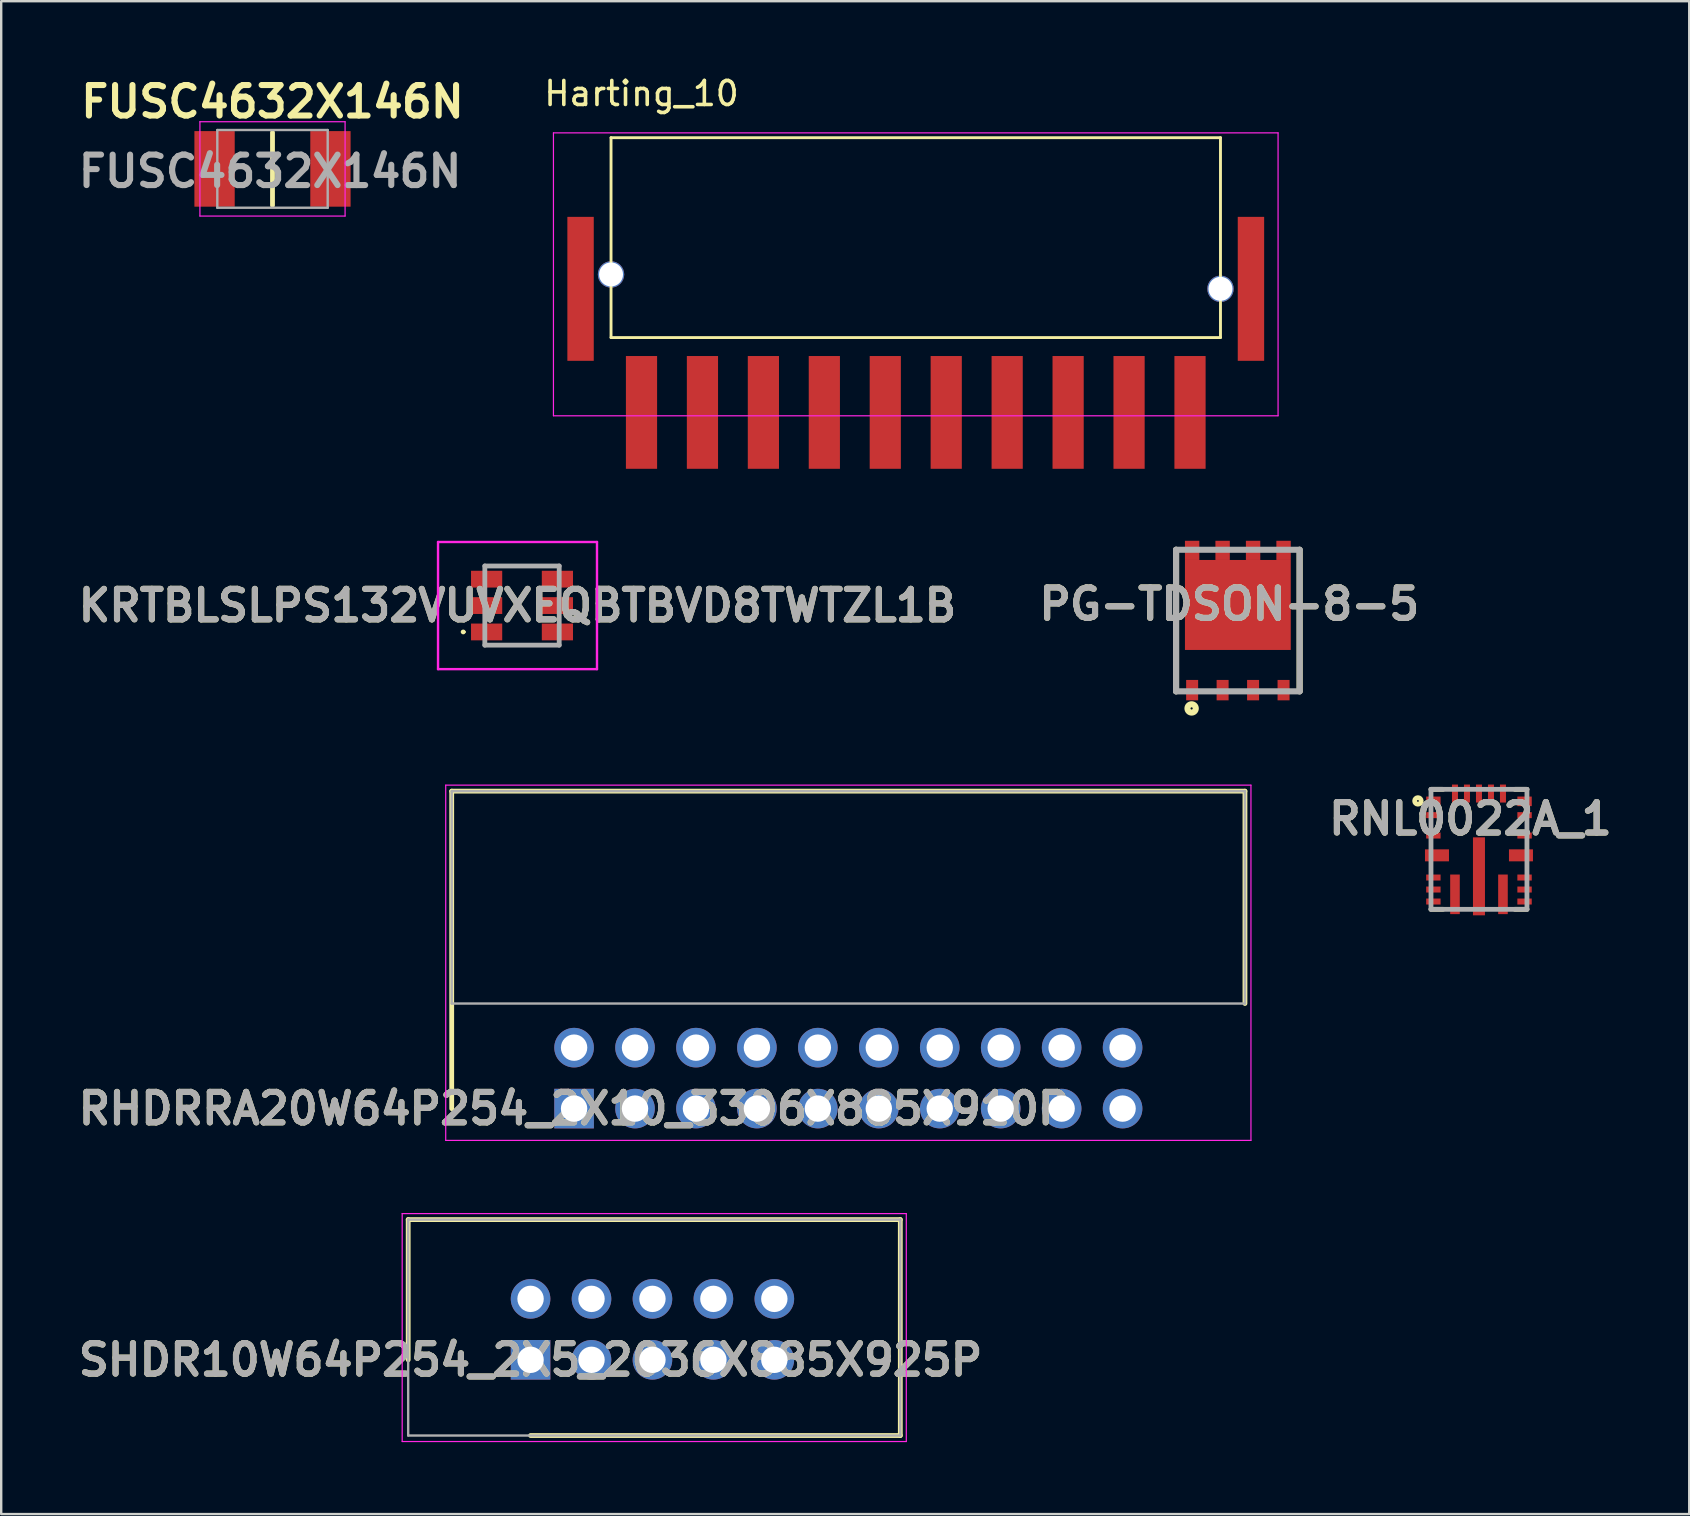
<source format=kicad_pcb>
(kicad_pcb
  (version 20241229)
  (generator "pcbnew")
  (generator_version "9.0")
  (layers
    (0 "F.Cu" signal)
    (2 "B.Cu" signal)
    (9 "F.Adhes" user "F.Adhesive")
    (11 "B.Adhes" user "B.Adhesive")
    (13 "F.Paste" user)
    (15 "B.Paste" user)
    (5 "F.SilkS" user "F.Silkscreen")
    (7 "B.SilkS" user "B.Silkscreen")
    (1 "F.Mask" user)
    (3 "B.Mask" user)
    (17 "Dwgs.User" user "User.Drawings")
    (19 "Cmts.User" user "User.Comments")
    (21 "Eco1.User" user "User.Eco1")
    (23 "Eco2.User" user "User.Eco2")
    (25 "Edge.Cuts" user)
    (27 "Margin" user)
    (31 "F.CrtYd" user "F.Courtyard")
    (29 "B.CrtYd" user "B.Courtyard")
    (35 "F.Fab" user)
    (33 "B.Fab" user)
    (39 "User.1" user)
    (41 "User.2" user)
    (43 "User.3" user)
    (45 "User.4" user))
  (footprint "RNL0022A_1"
    (layer "F.Cu")
    (at 58.589 32.348)
    (property "Reference" "RNL0022A_1" (at -0.357 -1.275 0) (layer "F.SilkS") (effects (font (size 1.27 1.27) (thickness 0.254))))
    (attr smd)
    (fp_line (start -2 -2.5) (end -1.5 -2.5) (stroke (width 0.2) (type solid)) (layer "F.SilkS"))
    (fp_line (start -2 2.5) (end -1.5 2.5) (stroke (width 0.2) (type solid)) (layer "F.SilkS"))
    (fp_line (start 2 -2.5) (end 1.5 -2.5) (stroke (width 0.2) (type solid)) (layer "F.SilkS"))
    (fp_line (start 2 2.5) (end 1.5 2.5) (stroke (width 0.2) (type solid)) (layer "F.SilkS"))
    (fp_circle (center -2.544 -2.018) (end -2.544 -1.981) (stroke (width 0.2) (type solid)) (fill no) (layer "F.SilkS"))
    (fp_line (start -2 -2.5) (end 2 -2.5) (stroke (width 0.2) (type solid)) (layer "F.Fab"))
    (fp_line (start -2 2.5) (end -2 -2.5) (stroke (width 0.2) (type solid)) (layer "F.Fab"))
    (fp_line (start 2 -2.5) (end 2 2.5) (stroke (width 0.2) (type solid)) (layer "F.Fab"))
    (fp_line (start 2 2.5) (end -2 2.5) (stroke (width 0.2) (type solid)) (layer "F.Fab"))
    (fp_text user "${REFERENCE}" (at -0.357 -1.275 0) (layer "F.Fab") (effects (font (size 1.27 1.27) (thickness 0.254))))
    (pad "1" smd rect (at -1.9 -2 90) (size 0.4 0.6) (layers "F.Cu" "F.Mask" "F.Paste"))
    (pad "3" smd rect (at -1.9 -0.575 90) (size 0.25 0.6) (layers "F.Cu" "F.Mask" "F.Paste"))
    (pad "4" smd rect (at -1.75 0.25 90) (size 0.5 1) (layers "F.Cu" "F.Mask" "F.Paste"))
    (pad "5" smd rect (at -1.9 1.175 90) (size 0.25 0.6) (layers "F.Cu" "F.Mask" "F.Paste"))
    (pad "6" smd rect (at -1.9 1.675 90) (size 0.25 0.6) (layers "F.Cu" "F.Mask" "F.Paste"))
    (pad "7" smd rect (at -1.9 2.175 90) (size 0.25 0.6) (layers "F.Cu" "F.Mask" "F.Paste"))
    (pad "8" smd rect (at -1 1.875) (size 0.4 1.65) (layers "F.Cu" "F.Mask" "F.Paste"))
    (pad "9" smd rect (at 0 1.125) (size 0.5 3.25) (layers "F.Cu" "F.Mask" "F.Paste"))
    (pad "10" smd rect (at 1 1.875) (size 0.4 1.65) (layers "F.Cu" "F.Mask" "F.Paste"))
    (pad "11" smd rect (at 1.9 2.175 90) (size 0.25 0.6) (layers "F.Cu" "F.Mask" "F.Paste"))
    (pad "12" smd rect (at 1.9 1.675 90) (size 0.25 0.6) (layers "F.Cu" "F.Mask" "F.Paste"))
    (pad "13" smd rect (at 1.9 1.175 90) (size 0.25 0.6) (layers "F.Cu" "F.Mask" "F.Paste"))
    (pad "14" smd rect (at 1.75 0.25 90) (size 0.5 1) (layers "F.Cu" "F.Mask" "F.Paste"))
    (pad "15" smd rect (at 1.9 -0.575 90) (size 0.25 0.6) (layers "F.Cu" "F.Mask" "F.Paste"))
    (pad "16" smd rect (at 1.9 -1.425 90) (size 0.25 0.6) (layers "F.Cu" "F.Mask" "F.Paste"))
    (pad "17" smd rect (at 1.9 -2 180) (size 0.6 0.4) (layers "F.Cu" "F.Mask" "F.Paste"))
    (pad "18" smd rect (at 1 -2.325) (size 0.25 0.75) (layers "F.Cu" "F.Mask" "F.Paste"))
    (pad "19" smd rect (at 0.5 -2.325) (size 0.25 0.75) (layers "F.Cu" "F.Mask" "F.Paste"))
    (pad "20" smd rect (at 0 -2.325) (size 0.25 0.75) (layers "F.Cu" "F.Mask" "F.Paste"))
    (pad "21" smd rect (at -0.5 -2.325) (size 0.25 0.75) (layers "F.Cu" "F.Mask" "F.Paste"))
    (pad "22" smd rect (at -1 -2.325) (size 0.25 0.75) (layers "F.Cu" "F.Mask" "F.Paste"))
    (pad "e2" smd rect (at -1.9 -1.425 90) (size 0.25 0.6) (layers "F.Cu" "F.Mask" "F.Paste")))
  (footprint "SHDR10W64P254_2X5_2036X885X925P"
    (layer "F.Cu")
    (at 19.062 53.623)
    (property "Reference" "SHDR10W64P254_2X5_2036X885X925P" (at 0 0 0) (layer "F.SilkS") (effects (font (size 1.27 1.27) (thickness 0.254))))
    (attr through_hole)
    (fp_line (start -5.1 -5.845) (end -5.1 0) (stroke (width 0.2) (type solid)) (layer "F.SilkS"))
    (fp_line (start 0 3.155) (end 15.41 3.155) (stroke (width 0.2) (type solid)) (layer "F.SilkS"))
    (fp_line (start 15.41 -5.845) (end -5.1 -5.845) (stroke (width 0.2) (type solid)) (layer "F.SilkS"))
    (fp_line (start 15.41 3.155) (end 15.41 -5.845) (stroke (width 0.2) (type solid)) (layer "F.SilkS"))
    (fp_line (start -5.35 -6.095) (end 15.66 -6.095) (stroke (width 0.05) (type solid)) (layer "F.CrtYd"))
    (fp_line (start -5.35 3.405) (end -5.35 -6.095) (stroke (width 0.05) (type solid)) (layer "F.CrtYd"))
    (fp_line (start 15.66 -6.095) (end 15.66 3.405) (stroke (width 0.05) (type solid)) (layer "F.CrtYd"))
    (fp_line (start 15.66 3.405) (end -5.35 3.405) (stroke (width 0.05) (type solid)) (layer "F.CrtYd"))
    (fp_line (start -5.1 -5.845) (end 15.41 -5.845) (stroke (width 0.1) (type solid)) (layer "F.Fab"))
    (fp_line (start -5.1 3.155) (end -5.1 -5.845) (stroke (width 0.1) (type solid)) (layer "F.Fab"))
    (fp_line (start 15.41 -5.845) (end 15.41 3.155) (stroke (width 0.1) (type solid)) (layer "F.Fab"))
    (fp_line (start 15.41 3.155) (end -5.1 3.155) (stroke (width 0.1) (type solid)) (layer "F.Fab"))
    (fp_text user "${REFERENCE}" (at 0 0 0) (layer "F.Fab") (effects (font (size 1.27 1.27) (thickness 0.254))))
    (pad "1" thru_hole rect (at 0 0) (size 1.65 1.65) (drill 1.1) (layers "*.Cu" "*.Mask"))
    (pad "2" thru_hole circle (at 0 -2.54) (size 1.65 1.65) (drill 1.1) (layers "*.Cu" "*.Mask"))
    (pad "3" thru_hole circle (at 2.54 0) (size 1.65 1.65) (drill 1.1) (layers "*.Cu" "*.Mask"))
    (pad "4" thru_hole circle (at 2.54 -2.54) (size 1.65 1.65) (drill 1.1) (layers "*.Cu" "*.Mask"))
    (pad "5" thru_hole circle (at 5.08 0) (size 1.65 1.65) (drill 1.1) (layers "*.Cu" "*.Mask"))
    (pad "6" thru_hole circle (at 5.08 -2.54) (size 1.65 1.65) (drill 1.1) (layers "*.Cu" "*.Mask"))
    (pad "7" thru_hole circle (at 7.62 0) (size 1.65 1.65) (drill 1.1) (layers "*.Cu" "*.Mask"))
    (pad "8" thru_hole circle (at 7.62 -2.54) (size 1.65 1.65) (drill 1.1) (layers "*.Cu" "*.Mask"))
    (pad "9" thru_hole circle (at 10.16 0) (size 1.65 1.65) (drill 1.1) (layers "*.Cu" "*.Mask"))
    (pad "10" thru_hole circle (at 10.16 -2.54) (size 1.65 1.65) (drill 1.1) (layers "*.Cu" "*.Mask")))
  (footprint "FUSC4632X146N"
    (layer "F.Cu")
    (at 8.307 3.989)
    (property "Reference" "FUSC4632X146N" (at 0 -2.8 0) (layer "F.SilkS") (effects (font (size 1.27 1.27) (thickness 0.254))))
    (attr smd)
    (fp_line (start 0 -1.52) (end 0 1.52) (stroke (width 0.2) (type solid)) (layer "F.SilkS"))
    (fp_line (start -3.025 -1.965) (end 3.025 -1.965) (stroke (width 0.05) (type solid)) (layer "F.CrtYd"))
    (fp_line (start -3.025 1.965) (end -3.025 -1.965) (stroke (width 0.05) (type solid)) (layer "F.CrtYd"))
    (fp_line (start 3.025 -1.965) (end 3.025 1.965) (stroke (width 0.05) (type solid)) (layer "F.CrtYd"))
    (fp_line (start 3.025 1.965) (end -3.025 1.965) (stroke (width 0.05) (type solid)) (layer "F.CrtYd"))
    (fp_line (start -2.3 -1.62) (end 2.3 -1.62) (stroke (width 0.1) (type solid)) (layer "F.Fab"))
    (fp_line (start -2.3 1.62) (end -2.3 -1.62) (stroke (width 0.1) (type solid)) (layer "F.Fab"))
    (fp_line (start 2.3 -1.62) (end 2.3 1.62) (stroke (width 0.1) (type solid)) (layer "F.Fab"))
    (fp_line (start 2.3 1.62) (end -2.3 1.62) (stroke (width 0.1) (type solid)) (layer "F.Fab"))
    (fp_text user "${REFERENCE}" (at -0.1 0.1 0) (layer "F.Fab") (effects (font (size 1.27 1.27) (thickness 0.254))))
    (pad "1" smd rect (at -2.415 0) (size 1.68 3.15) (layers "F.Cu" "F.Mask" "F.Paste"))
    (pad "2" smd rect (at 2.415 0) (size 1.68 3.15) (layers "F.Cu" "F.Mask" "F.Paste")))
  (footprint "PG-TDSON-8-5"
    (layer "F.Cu")
    (at 48.54 22.813)
    (property "Reference" "PG-TDSON-8-5" (at -0.358 -0.685 0) (layer "F.SilkS") (effects (font (size 1.27 1.27) (thickness 0.254))))
    (attr smd)
    (fp_line (start -2.575 -2.95) (end -2.575 2.95) (stroke (width 0.254) (type solid)) (layer "F.SilkS"))
    (fp_line (start 2.575 -2.95) (end 2.575 2.95) (stroke (width 0.254) (type solid)) (layer "F.SilkS"))
    (fp_circle (center -1.927 3.662) (end -1.927 3.708) (stroke (width 0.254) (type solid)) (fill no) (layer "F.SilkS"))
    (fp_line (start -2.575 -2.95) (end 2.575 -2.95) (stroke (width 0.254) (type solid)) (layer "F.Fab"))
    (fp_line (start -2.575 2.95) (end -2.575 -2.95) (stroke (width 0.254) (type solid)) (layer "F.Fab"))
    (fp_line (start 2.575 -2.95) (end 2.575 2.95) (stroke (width 0.254) (type solid)) (layer "F.Fab"))
    (fp_line (start 2.575 2.95) (end -2.575 2.95) (stroke (width 0.254) (type solid)) (layer "F.Fab"))
    (fp_text user "${REFERENCE}" (at -0.358 -0.685 0) (layer "F.Fab") (effects (font (size 1.27 1.27) (thickness 0.254))))
    (pad "1" smd rect (at -1.905 2.9) (size 0.5 0.85) (layers "F.Cu" "F.Mask" "F.Paste"))
    (pad "2" smd rect (at -0.635 2.9) (size 0.5 0.85) (layers "F.Cu" "F.Mask" "F.Paste"))
    (pad "3" smd rect (at 0.635 2.9) (size 0.5 0.85) (layers "F.Cu" "F.Mask" "F.Paste"))
    (pad "4" smd rect (at 1.905 2.9) (size 0.5 0.85) (layers "F.Cu" "F.Mask" "F.Paste"))
    (pad "5" smd rect (at 1.905 -2.925) (size 0.6 0.8) (layers "F.Cu" "F.Mask" "F.Paste"))
    (pad "6" smd rect (at 0.635 -2.925) (size 0.6 0.8) (layers "F.Cu" "F.Mask" "F.Paste"))
    (pad "7" smd rect (at -0.635 -2.925) (size 0.6 0.8) (layers "F.Cu" "F.Mask" "F.Paste"))
    (pad "8" smd rect (at -1.905 -2.925) (size 0.6 0.8) (layers "F.Cu" "F.Mask" "F.Paste"))
    (pad "9" smd rect (at 0 -0.65 90) (size 3.75 4.41) (layers "F.Cu" "F.Mask" "F.Paste")))
  (footprint "Harting_10"
    (layer "F.Cu")
    (at 35.116 9.738)
    (property "Reference" "Harting_10" (at -11.43 -8.89 0) (layer "F.SilkS") (effects (font (size 1 1) (thickness 0.15))))
    (attr smd)
    (fp_line (start -12.7 -7.05) (end 12.7 -7.05) (stroke (width 0.12) (type solid)) (layer "F.SilkS"))
    (fp_line (start -12.7 1.28) (end -12.7 -7.05) (stroke (width 0.12) (type solid)) (layer "F.SilkS"))
    (fp_line (start -12.7 1.28) (end 12.7 1.28) (stroke (width 0.12) (type solid)) (layer "F.SilkS"))
    (fp_line (start 12.7 1.28) (end 12.7 -7.05) (stroke (width 0.12) (type solid)) (layer "F.SilkS"))
    (fp_line (start -15.1 -7.25) (end -15.1 4.54) (stroke (width 0.05) (type solid)) (layer "F.CrtYd"))
    (fp_line (start -15.1 -7.25) (end 15.1 -7.25) (stroke (width 0.05) (type solid)) (layer "F.CrtYd"))
    (fp_line (start -15.1 4.54) (end 15.1 4.54) (stroke (width 0.05) (type solid)) (layer "F.CrtYd"))
    (fp_line (start 15.1 -7.25) (end 15.1 4.54) (stroke (width 0.05) (type solid)) (layer "F.CrtYd"))
    (pad "" thru_hole circle (at -12.7 -1.35) (size 1.1 1.1) (drill 1) (layers "*.Cu" "*.Mask"))
    (pad "" thru_hole circle (at 12.7 -0.75) (size 1.1 1.1) (drill 1) (layers "*.Cu" "*.Mask"))
    (pad "0" smd rect (at -13.97 -0.75) (size 1.1 6) (layers "F.Cu" "F.Mask" "F.Paste"))
    (pad "0" smd rect (at 13.97 -0.75) (size 1.1 6) (layers "F.Cu" "F.Mask" "F.Paste"))
    (pad "1" smd rect (at -11.43 4.4) (size 1.3 4.7) (layers "F.Cu" "F.Mask" "F.Paste"))
    (pad "1" smd rect (at 11.43 4.4) (size 1.3 4.7) (layers "F.Cu" "F.Mask" "F.Paste"))
    (pad "2" smd rect (at 8.89 4.4) (size 1.3 4.7) (layers "F.Cu" "F.Mask" "F.Paste"))
    (pad "3" smd rect (at 6.35 4.4) (size 1.3 4.7) (layers "F.Cu" "F.Mask" "F.Paste"))
    (pad "4" smd rect (at 3.81 4.4) (size 1.3 4.7) (layers "F.Cu" "F.Mask" "F.Paste"))
    (pad "5" smd rect (at 1.27 4.4) (size 1.3 4.7) (layers "F.Cu" "F.Mask" "F.Paste"))
    (pad "6" smd rect (at -1.27 4.4) (size 1.3 4.7) (layers "F.Cu" "F.Mask" "F.Paste"))
    (pad "7" smd rect (at -3.81 4.4) (size 1.3 4.7) (layers "F.Cu" "F.Mask" "F.Paste"))
    (pad "8" smd rect (at -6.35 4.4) (size 1.3 4.7) (layers "F.Cu" "F.Mask" "F.Paste"))
    (pad "9" smd rect (at -8.89 4.4) (size 1.3 4.7) (layers "F.Cu" "F.Mask" "F.Paste")))
  (footprint "KRTBLSLPS132VUVXEQBTBVD8TWTZL1B"
    (layer "F.Cu")
    (at 18.706 22.188)
    (property "Reference" "KRTBLSLPS132VUVXEQBTBVD8TWTZL1B" (at -0.188 0 0) (layer "F.SilkS") (effects (font (size 1.27 1.27) (thickness 0.254))))
    (attr smd)
    (fp_line (start -2.5 1.1) (end -2.5 1.1) (stroke (width 0.1) (type solid)) (layer "F.SilkS"))
    (fp_line (start -2.4 1.1) (end -2.4 1.1) (stroke (width 0.1) (type solid)) (layer "F.SilkS"))
    (fp_line (start -1.55 -1.65) (end 1.475 -1.65) (stroke (width 0.1) (type solid)) (layer "F.SilkS"))
    (fp_line (start -1.55 1.65) (end 1.475 1.65) (stroke (width 0.1) (type solid)) (layer "F.SilkS"))
    (fp_arc (start -2.5 1.1) (mid -2.45 1.05) (end -2.4 1.1) (stroke (width 0.1) (type solid)) (layer "F.SilkS"))
    (fp_arc (start -2.4 1.1) (mid -2.45 1.15) (end -2.5 1.1) (stroke (width 0.1) (type solid)) (layer "F.SilkS"))
    (fp_line (start -3.5 -2.65) (end 3.125 -2.65) (stroke (width 0.1) (type solid)) (layer "F.CrtYd"))
    (fp_line (start -3.5 2.65) (end -3.5 -2.65) (stroke (width 0.1) (type solid)) (layer "F.CrtYd"))
    (fp_line (start 3.125 -2.65) (end 3.125 2.65) (stroke (width 0.1) (type solid)) (layer "F.CrtYd"))
    (fp_line (start 3.125 2.65) (end -3.5 2.65) (stroke (width 0.1) (type solid)) (layer "F.CrtYd"))
    (fp_line (start -1.55 -1.65) (end 1.55 -1.65) (stroke (width 0.2) (type solid)) (layer "F.Fab"))
    (fp_line (start -1.55 1.65) (end -1.55 -1.65) (stroke (width 0.2) (type solid)) (layer "F.Fab"))
    (fp_line (start 1.55 -1.65) (end 1.55 1.65) (stroke (width 0.2) (type solid)) (layer "F.Fab"))
    (fp_line (start 1.55 1.65) (end -1.55 1.65) (stroke (width 0.2) (type solid)) (layer "F.Fab"))
    (fp_text user "${REFERENCE}" (at -0.188 0 0) (layer "F.Fab") (effects (font (size 1.27 1.27) (thickness 0.254))))
    (pad "A1" smd rect (at -1.475 1.1 90) (size 0.7 1.3) (layers "F.Cu" "F.Mask" "F.Paste"))
    (pad "A2" smd rect (at -1.475 0 90) (size 0.7 1.3) (layers "F.Cu" "F.Mask" "F.Paste"))
    (pad "A3" smd rect (at -1.475 -1.1 90) (size 0.7 1.3) (layers "F.Cu" "F.Mask" "F.Paste"))
    (pad "C1" smd rect (at 1.475 1.1 90) (size 0.7 1.3) (layers "F.Cu" "F.Mask" "F.Paste"))
    (pad "C2" smd rect (at 1.475 0 90) (size 0.7 1.3) (layers "F.Cu" "F.Mask" "F.Paste"))
    (pad "C3" smd rect (at 1.475 -1.1 90) (size 0.7 1.3) (layers "F.Cu" "F.Mask" "F.Paste")))
  (footprint "RHDRRA20W64P254_2X10_3306X885X910P"
    (layer "F.Cu")
    (at 20.876 43.153)
    (property "Reference" "RHDRRA20W64P254_2X10_3306X885X910P" (at 0 0 0) (layer "F.SilkS") (effects (font (size 1.27 1.27) (thickness 0.254))))
    (attr through_hole)
    (fp_line (start -5.1 -13.23) (end 27.96 -13.23) (stroke (width 0.2) (type solid)) (layer "F.SilkS"))
    (fp_line (start -5.1 0) (end -5.1 -13.23) (stroke (width 0.2) (type solid)) (layer "F.SilkS"))
    (fp_line (start 27.96 -13.23) (end 27.96 -4.38) (stroke (width 0.2) (type solid)) (layer "F.SilkS"))
    (fp_line (start -5.35 -13.48) (end -5.35 1.325) (stroke (width 0.05) (type solid)) (layer "F.CrtYd"))
    (fp_line (start -5.35 1.325) (end 28.21 1.325) (stroke (width 0.05) (type solid)) (layer "F.CrtYd"))
    (fp_line (start 28.21 -13.48) (end -5.35 -13.48) (stroke (width 0.05) (type solid)) (layer "F.CrtYd"))
    (fp_line (start 28.21 1.325) (end 28.21 -13.48) (stroke (width 0.05) (type solid)) (layer "F.CrtYd"))
    (fp_line (start -5.1 -13.23) (end 27.96 -13.23) (stroke (width 0.1) (type solid)) (layer "F.Fab"))
    (fp_line (start -5.1 -4.38) (end -5.1 -13.23) (stroke (width 0.1) (type solid)) (layer "F.Fab"))
    (fp_line (start 27.96 -13.23) (end 27.96 -4.38) (stroke (width 0.1) (type solid)) (layer "F.Fab"))
    (fp_line (start 27.96 -4.38) (end -5.1 -4.38) (stroke (width 0.1) (type solid)) (layer "F.Fab"))
    (fp_text user "${REFERENCE}" (at 0 0 0) (layer "F.Fab") (effects (font (size 1.27 1.27) (thickness 0.254))))
    (pad "1" thru_hole rect (at 0 0) (size 1.65 1.65) (drill 1.1) (layers "*.Cu" "*.Mask"))
    (pad "2" thru_hole circle (at 0 -2.54) (size 1.65 1.65) (drill 1.1) (layers "*.Cu" "*.Mask"))
    (pad "3" thru_hole circle (at 2.54 0) (size 1.65 1.65) (drill 1.1) (layers "*.Cu" "*.Mask"))
    (pad "4" thru_hole circle (at 2.54 -2.54) (size 1.65 1.65) (drill 1.1) (layers "*.Cu" "*.Mask"))
    (pad "5" thru_hole circle (at 5.08 0) (size 1.65 1.65) (drill 1.1) (layers "*.Cu" "*.Mask"))
    (pad "6" thru_hole circle (at 5.08 -2.54) (size 1.65 1.65) (drill 1.1) (layers "*.Cu" "*.Mask"))
    (pad "7" thru_hole circle (at 7.62 0) (size 1.65 1.65) (drill 1.1) (layers "*.Cu" "*.Mask"))
    (pad "8" thru_hole circle (at 7.62 -2.54) (size 1.65 1.65) (drill 1.1) (layers "*.Cu" "*.Mask"))
    (pad "9" thru_hole circle (at 10.16 0) (size 1.65 1.65) (drill 1.1) (layers "*.Cu" "*.Mask"))
    (pad "10" thru_hole circle (at 10.16 -2.54) (size 1.65 1.65) (drill 1.1) (layers "*.Cu" "*.Mask"))
    (pad "11" thru_hole circle (at 12.7 0) (size 1.65 1.65) (drill 1.1) (layers "*.Cu" "*.Mask"))
    (pad "12" thru_hole circle (at 12.7 -2.54) (size 1.65 1.65) (drill 1.1) (layers "*.Cu" "*.Mask"))
    (pad "13" thru_hole circle (at 15.24 0) (size 1.65 1.65) (drill 1.1) (layers "*.Cu" "*.Mask"))
    (pad "14" thru_hole circle (at 15.24 -2.54) (size 1.65 1.65) (drill 1.1) (layers "*.Cu" "*.Mask"))
    (pad "15" thru_hole circle (at 17.78 0) (size 1.65 1.65) (drill 1.1) (layers "*.Cu" "*.Mask"))
    (pad "16" thru_hole circle (at 17.78 -2.54) (size 1.65 1.65) (drill 1.1) (layers "*.Cu" "*.Mask"))
    (pad "17" thru_hole circle (at 20.32 0) (size 1.65 1.65) (drill 1.1) (layers "*.Cu" "*.Mask"))
    (pad "18" thru_hole circle (at 20.32 -2.54) (size 1.65 1.65) (drill 1.1) (layers "*.Cu" "*.Mask"))
    (pad "19" thru_hole circle (at 22.86 0) (size 1.65 1.65) (drill 1.1) (layers "*.Cu" "*.Mask"))
    (pad "20" thru_hole circle (at 22.86 -2.54) (size 1.65 1.65) (drill 1.1) (layers "*.Cu" "*.Mask")))
  (gr_rect
    (start -3 -3)
    (end 67.352 60.053)
    (stroke (width 0.1) (type default))
    (fill no)
    (layer "Edge.Cuts")))
</source>
